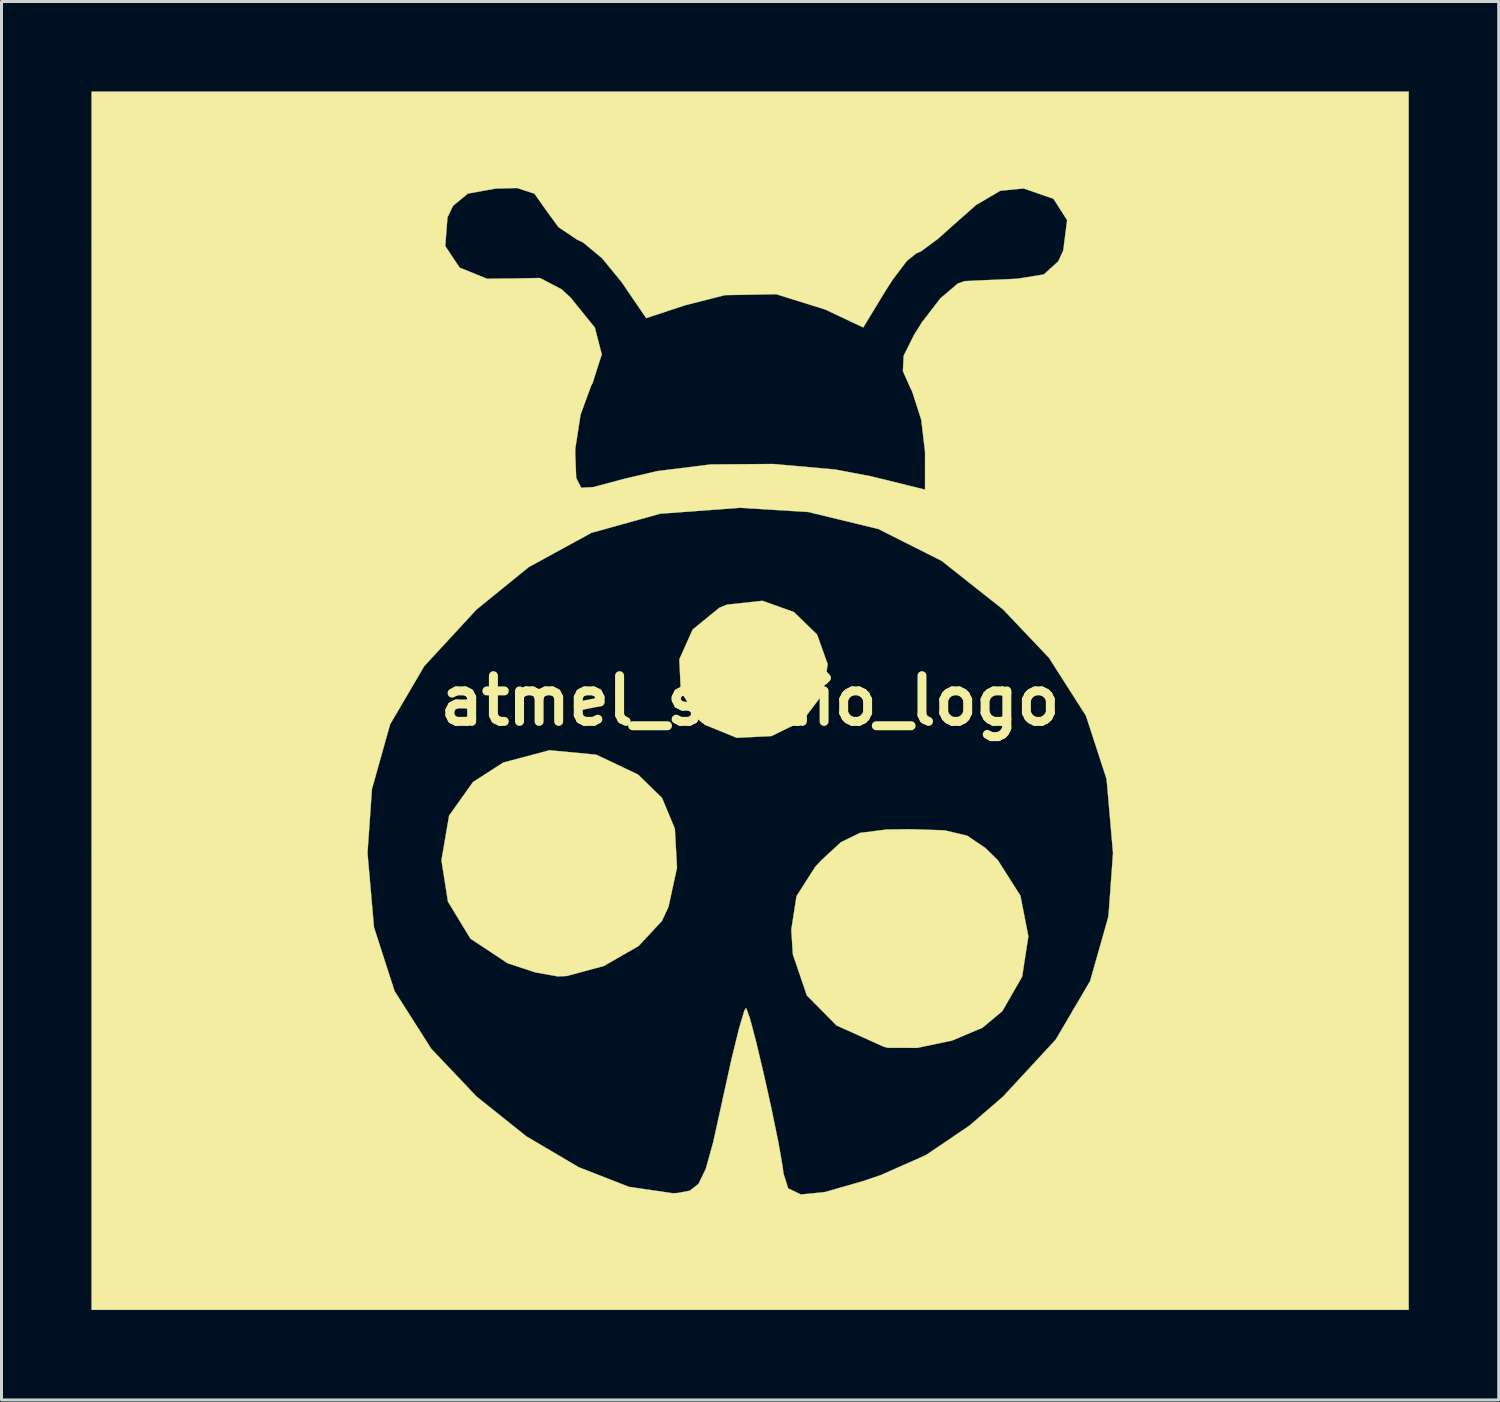
<source format=kicad_pcb>
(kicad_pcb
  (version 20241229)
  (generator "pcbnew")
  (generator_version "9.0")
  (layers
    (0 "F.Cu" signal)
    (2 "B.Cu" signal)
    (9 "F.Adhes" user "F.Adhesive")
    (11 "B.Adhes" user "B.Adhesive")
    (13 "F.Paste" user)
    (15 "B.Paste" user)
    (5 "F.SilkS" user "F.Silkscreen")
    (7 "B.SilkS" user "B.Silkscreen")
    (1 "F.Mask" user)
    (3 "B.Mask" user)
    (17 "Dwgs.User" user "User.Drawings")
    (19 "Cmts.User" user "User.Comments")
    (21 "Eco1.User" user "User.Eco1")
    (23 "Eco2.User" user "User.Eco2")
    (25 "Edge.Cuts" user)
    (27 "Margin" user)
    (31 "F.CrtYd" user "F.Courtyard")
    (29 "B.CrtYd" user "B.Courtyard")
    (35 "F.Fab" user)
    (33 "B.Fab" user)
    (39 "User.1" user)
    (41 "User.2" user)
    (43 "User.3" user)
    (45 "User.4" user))
  (footprint "atmel_studio_logo"
    (layer "F.Cu")
    (at 21.973 20.325)
    (property "Reference" "atmel_studio_logo" (at 0 0 0) (layer "F.SilkS") (effects (font (size 1.524 1.524) (thickness 0.3))))
    (attr through_hole)
    (fp_poly (pts (xy 1.461 -2.957) (xy 2.233 -2.209) (xy 2.587 -1.218) (xy 2.435 -0.236) (xy 1.743 0.673) (xy 0.713 1.179) (xy -0.443 1.237) (xy -1.512 0.803) (xy -1.716 0.635) (xy -2.311 -0.309) (xy -2.362 -1.378) (xy -1.918 -2.374) (xy -1.027 -3.1) (xy -0.774 -3.205) (xy 0.411 -3.333) (xy 1.461 -2.957)) (stroke (width 0.01) (type solid)) (fill yes) (layer "F.SilkS"))
    (fp_poly (pts (xy -5.134 1.8) (xy -3.741 2.462) (xy -2.938 3.244) (xy -2.511 4.269) (xy -2.439 5.569) (xy -2.722 6.872) (xy -2.94 7.343) (xy -3.72 8.182) (xy -4.881 8.849) (xy -6.122 9.183) (xy -6.425 9.195) (xy -7.164 9.062) (xy -8.083 8.761) (xy -9.33 7.937) (xy -10.08 6.702) (xy -10.297 5.321) (xy -10.041 3.831) (xy -9.244 2.712) (xy -8.234 2.062) (xy -6.695 1.653) (xy -5.134 1.8)) (stroke (width 0.01) (type solid)) (fill yes) (layer "F.SilkS"))
    (fp_poly (pts (xy 6.488 4.324) (xy 7.241 4.503) (xy 7.851 4.916) (xy 8.266 5.323) (xy 9.017 6.505) (xy 9.281 7.86) (xy 9.075 9.203) (xy 8.416 10.352) (xy 7.751 10.908) (xy 6.74 11.335) (xy 5.575 11.58) (xy 4.595 11.577) (xy 4.462 11.544) (xy 2.884 10.833) (xy 1.891 9.83) (xy 1.426 8.46) (xy 1.373 7.641) (xy 1.548 6.518) (xy 2.171 5.543) (xy 2.375 5.323) (xy 3.029 4.72) (xy 3.662 4.41) (xy 4.546 4.298) (xy 5.32 4.286) (xy 6.488 4.324)) (stroke (width 0.01) (type solid)) (fill yes) (layer "F.SilkS"))
    (fp_poly (pts (xy 21.968 20.32) (xy -21.968 20.32) (xy -21.968 5.08) (xy -12.764 5.08) (xy -12.547 7.56) (xy -11.863 9.682) (xy -10.639 11.608) (xy -9.126 13.204) (xy -7.462 14.534) (xy -5.717 15.562) (xy -4.04 16.218) (xy -2.58 16.43) (xy -2.411 16.421) (xy -2.013 16.345) (xy -1.721 16.116) (xy -1.479 15.617) (xy -1.233 14.733) (xy -0.927 13.346) (xy -0.906 13.246) (xy -0.62 11.953) (xy -0.373 10.947) (xy -0.197 10.352) (xy -0.135 10.247) (xy -0.006 10.598) (xy 0.205 11.397) (xy 0.459 12.467) (xy 0.717 13.632) (xy 0.939 14.715) (xy 1.084 15.54) (xy 1.114 15.778) (xy 1.27 16.268) (xy 1.694 16.472) (xy 2.488 16.392) (xy 3.757 16.028) (xy 4.363 15.823) (xy 5.866 15.157) (xy 7.322 14.17) (xy 8.439 13.204) (xy 10.194 11.305) (xy 11.341 9.354) (xy 11.954 7.194) (xy 12.106 5.08) (xy 11.892 2.618) (xy 11.203 0.5) (xy 9.968 -1.433) (xy 8.439 -3.044) (xy 6.387 -4.667) (xy 4.278 -5.728) (xy 1.942 -6.295) (xy -0.343 -6.436) (xy -3.004 -6.238) (xy -5.295 -5.6) (xy -7.385 -4.458) (xy -9.126 -3.044) (xy -10.871 -1.154) (xy -12.01 0.79) (xy -12.616 2.947) (xy -12.764 5.08) (xy -21.968 5.08) (xy -21.968 -15.167) (xy -10.17 -15.167) (xy -9.691 -14.447) (xy -8.778 -14.076) (xy -7.953 -14.084) (xy -7.012 -14.102) (xy -6.287 -13.722) (xy -5.986 -13.443) (xy -5.18 -12.447) (xy -4.95 -11.556) (xy -5.255 -10.596) (xy -5.303 -10.509) (xy -5.656 -9.545) (xy -5.831 -8.417) (xy -5.835 -8.249) (xy -5.802 -7.432) (xy -5.635 -7.105) (xy -5.229 -7.125) (xy -5.063 -7.171) (xy -4.184 -7.405) (xy -3.125 -7.654) (xy -3.089 -7.661) (xy -1.317 -7.882) (xy 0.769 -7.897) (xy 2.836 -7.713) (xy 4.033 -7.486) (xy 5.835 -7.042) (xy 5.835 -8.3) (xy 5.71 -9.368) (xy 5.403 -10.323) (xy 5.354 -10.417) (xy 5.097 -10.994) (xy 5.123 -11.511) (xy 5.473 -12.21) (xy 5.732 -12.624) (xy 6.341 -13.416) (xy 6.924 -13.914) (xy 7.157 -13.997) (xy 7.884 -14.031) (xy 8.868 -14.075) (xy 8.914 -14.077) (xy 9.798 -14.22) (xy 10.279 -14.656) (xy 10.446 -15.019) (xy 10.575 -16.032) (xy 10.119 -16.745) (xy 9.121 -17.089) (xy 8.344 -17.012) (xy 7.535 -16.535) (xy 6.993 -16.057) (xy 6.257 -15.402) (xy 5.702 -14.992) (xy 5.539 -14.922) (xy 5.227 -14.671) (xy 4.747 -14.035) (xy 4.524 -13.687) (xy 3.774 -12.452) (xy 2.501 -13.052) (xy 0.869 -13.561) (xy -0.838 -13.53) (xy -2.163 -13.194) (xy -3.467 -12.764) (xy -4.295 -13.977) (xy -4.941 -14.763) (xy -5.579 -15.292) (xy -5.77 -15.38) (xy -6.392 -15.798) (xy -6.815 -16.376) (xy -7.194 -16.914) (xy -7.772 -17.103) (xy -8.491 -17.085) (xy -9.415 -16.918) (xy -9.913 -16.507) (xy -10.096 -16.123) (xy -10.17 -15.167) (xy -21.968 -15.167) (xy -21.968 -20.32) (xy 21.968 -20.32) (xy 21.968 20.32)) (stroke (width 0.01) (type solid)) (fill yes) (layer "F.SilkS")))
  (gr_rect
    (start -3 -3)
    (end 46.945 43.65)
    (stroke (width 0.1) (type default))
    (fill no)
    (layer "Edge.Cuts")))
</source>
